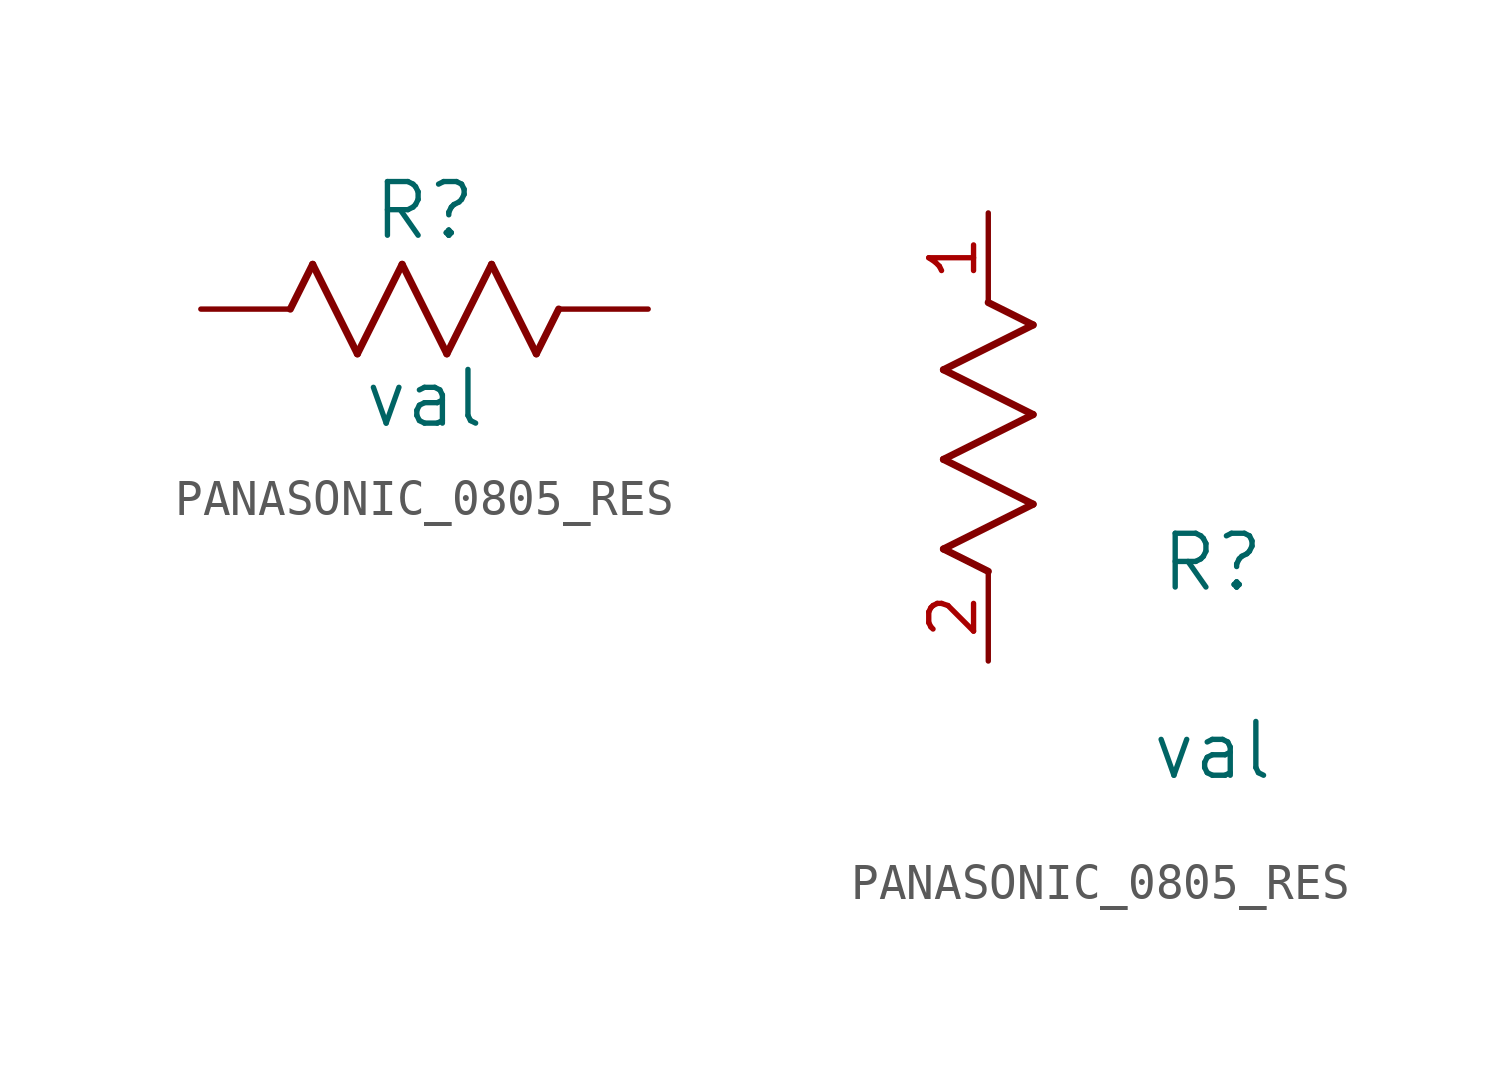
<source format=kicad_sym>
(kicad_symbol_lib
  (version 20241209)
  (generator "kicad_symbol_editor")
  (generator_version "9.0")
  (symbol "PANASONIC_0805_RES"
    (pin_names
      (offset 0.254))
    (property "Reference" "R"
      (at 6.35 2.794 0)
      (effects (font (size 1.524 1.524))))
    (property "Value" "val"
      (at 6.35 -2.54 0)
      (effects (font (size 1.524 1.524))))
    (symbol "PANASONIC_0805_RES_1_1"
      (polyline (pts (xy 2.54 0) (xy 3.175 1.27)) (stroke (width 0.203) (type default)) (fill (type none)))
      (polyline (pts (xy 3.175 1.27) (xy 4.445 -1.27)) (stroke (width 0.203) (type default)) (fill (type none)))
      (polyline (pts (xy 4.445 -1.27) (xy 5.715 1.27)) (stroke (width 0.203) (type default)) (fill (type none)))
      (polyline (pts (xy 5.715 1.27) (xy 6.985 -1.27)) (stroke (width 0.203) (type default)) (fill (type none)))
      (polyline (pts (xy 6.985 -1.27) (xy 8.255 1.27)) (stroke (width 0.203) (type default)) (fill (type none)))
      (polyline (pts (xy 8.255 1.27) (xy 9.525 -1.27)) (stroke (width 0.203) (type default)) (fill (type none)))
      (polyline (pts (xy 9.525 -1.27) (xy 10.16 0)) (stroke (width 0.203) (type default)) (fill (type none)))
      (pin unspecified line (at 0 0 0) (length 2.54) (name "" (effects (font (size 0 0)))) (number "2" (effects (font (size 0 0)))))
      (pin unspecified line (at 12.7 0 180) (length 2.54) (name "" (effects (font (size 0 0)))) (number "1" (effects (font (size 0 0))))))
    (symbol "PANASONIC_0805_RES_1_2"
      (polyline (pts (xy -1.27 8.255) (xy 1.27 9.525)) (stroke (width 0.203) (type default)) (fill (type none)))
      (polyline (pts (xy -1.27 5.715) (xy 1.27 6.985)) (stroke (width 0.203) (type default)) (fill (type none)))
      (polyline (pts (xy -1.27 3.175) (xy 1.27 4.445)) (stroke (width 0.203) (type default)) (fill (type none)))
      (polyline (pts (xy 0 2.54) (xy -1.27 3.175)) (stroke (width 0.203) (type default)) (fill (type none)))
      (polyline (pts (xy 1.27 9.525) (xy 0 10.16)) (stroke (width 0.203) (type default)) (fill (type none)))
      (polyline (pts (xy 1.27 6.985) (xy -1.27 8.255)) (stroke (width 0.203) (type default)) (fill (type none)))
      (polyline (pts (xy 1.27 4.445) (xy -1.27 5.715)) (stroke (width 0.203) (type default)) (fill (type none)))
      (pin unspecified line (at 0 12.7 270) (length 2.54) (name "" (effects (font (size 1.27 1.27)))) (number "1" (effects (font (size 1.27 1.27)))))
      (pin unspecified line (at 0 0 90) (length 2.54) (name "" (effects (font (size 1.27 1.27)))) (number "2" (effects (font (size 1.27 1.27))))))))
</source>
